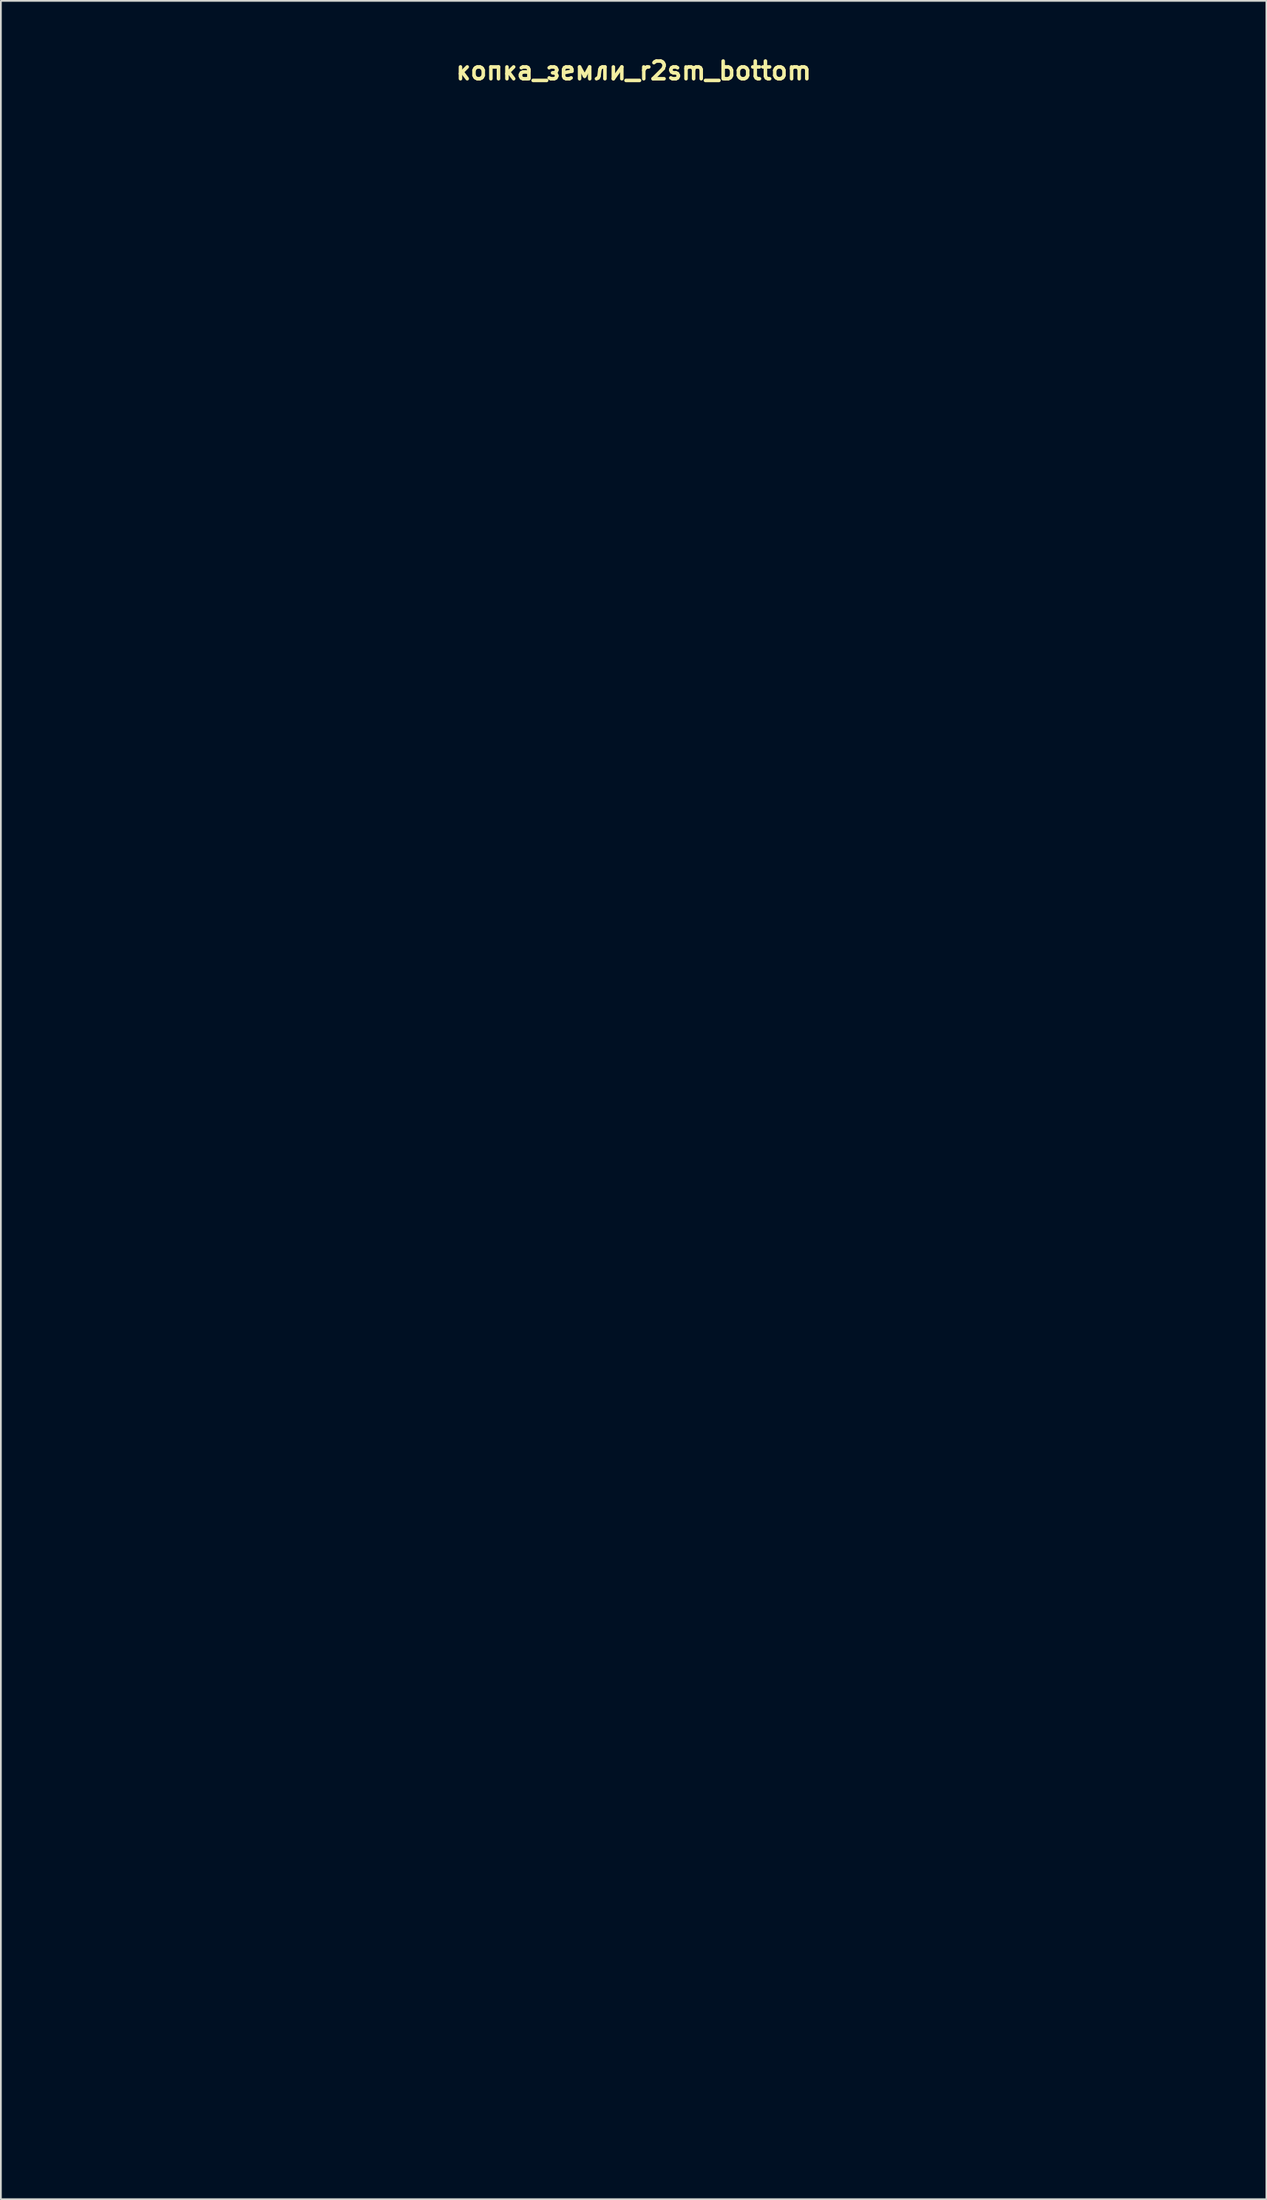
<source format=kicad_pcb>
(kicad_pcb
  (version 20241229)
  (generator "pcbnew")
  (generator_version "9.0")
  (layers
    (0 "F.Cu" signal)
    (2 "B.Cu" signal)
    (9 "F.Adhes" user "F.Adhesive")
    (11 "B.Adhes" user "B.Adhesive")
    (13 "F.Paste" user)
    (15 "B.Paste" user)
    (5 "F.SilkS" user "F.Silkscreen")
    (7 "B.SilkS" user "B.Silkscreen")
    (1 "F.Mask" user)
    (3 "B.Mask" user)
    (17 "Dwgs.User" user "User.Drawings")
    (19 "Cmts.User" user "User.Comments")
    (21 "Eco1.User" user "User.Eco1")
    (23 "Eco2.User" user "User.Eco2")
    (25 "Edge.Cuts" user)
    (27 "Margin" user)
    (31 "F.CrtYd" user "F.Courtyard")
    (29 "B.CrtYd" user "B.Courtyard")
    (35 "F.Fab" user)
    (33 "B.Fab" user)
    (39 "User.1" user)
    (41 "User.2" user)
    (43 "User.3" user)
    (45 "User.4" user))
  (footprint "копка_земли_r2sm_bottom"
    (layer "F.Cu")
    (at 32.67 59.737)
    (property "Reference" "копка_земли_r2sm_bottom" (at 0 -58.801 0) (layer "F.SilkS") (effects (font (size 1 1) (thickness 0.2))))
    (attr through_hole)
    (fp_line (start -32.47 -57.98) (end -32.47 57.98) (stroke (width 0.4) (type solid)) (layer "Eco1.User"))
    (fp_line (start -32.47 -57.98) (end 32.47 -57.98) (stroke (width 0.4) (type solid)) (layer "Eco1.User"))
    (fp_line (start -32.47 -56.98) (end 32.47 -56.98) (stroke (width 0.4) (type solid)) (layer "Eco1.User"))
    (fp_line (start -32.47 -55.98) (end 32.47 -55.98) (stroke (width 0.2) (type solid)) (layer "Eco1.User"))
    (fp_line (start -32.47 55.98) (end 32.47 55.98) (stroke (width 0.2) (type solid)) (layer "Eco1.User"))
    (fp_line (start -32.47 56.98) (end 32.47 56.98) (stroke (width 0.4) (type solid)) (layer "Eco1.User"))
    (fp_line (start -32.47 57.98) (end 32.47 57.98) (stroke (width 0.4) (type solid)) (layer "Eco1.User"))
    (fp_line (start 32.47 -57.98) (end 32.47 57.98) (stroke (width 0.4) (type solid)) (layer "Eco1.User"))
    (fp_circle (center -19.05 -40.44) (end -15.45 -40.44) (stroke (width 0.4) (type solid)) (fill no) (layer "Eco1.User"))
    (fp_circle (center -19.05 -12.5) (end -15.45 -12.5) (stroke (width 0.4) (type solid)) (fill no) (layer "Eco1.User"))
    (fp_circle (center -8.89 -50.8) (end -7.39 -50.8) (stroke (width 0.4) (type solid)) (fill no) (layer "Eco1.User"))
    (fp_circle (center 0 -26.47) (end 3.6 -26.47) (stroke (width 0.4) (type solid)) (fill no) (layer "Eco1.User"))
    (fp_circle (center 0 1.47) (end 3.6 1.47) (stroke (width 0.4) (type solid)) (fill no) (layer "Eco1.User"))
    (fp_circle (center 0 44.45) (end 6 44.45) (stroke (width 0.4) (type solid)) (fill no) (layer "Eco1.User"))
    (fp_circle (center 8.89 -50.8) (end 10.39 -50.8) (stroke (width 0.4) (type solid)) (fill no) (layer "Eco1.User"))
    (fp_circle (center 19.05 -40.44) (end 22.65 -40.44) (stroke (width 0.4) (type solid)) (fill no) (layer "Eco1.User"))
    (fp_circle (center 19.05 -12.5) (end 22.65 -12.5) (stroke (width 0.4) (type solid)) (fill no) (layer "Eco1.User"))
    (fp_circle (center 19.05 44.45) (end 21.7 44.45) (stroke (width 0.4) (type solid)) (fill no) (layer "Eco1.User")))
  (gr_rect
    (start -3 -3)
    (end 68.34 120.917)
    (stroke (width 0.1) (type default))
    (fill no)
    (layer "Edge.Cuts")))
</source>
